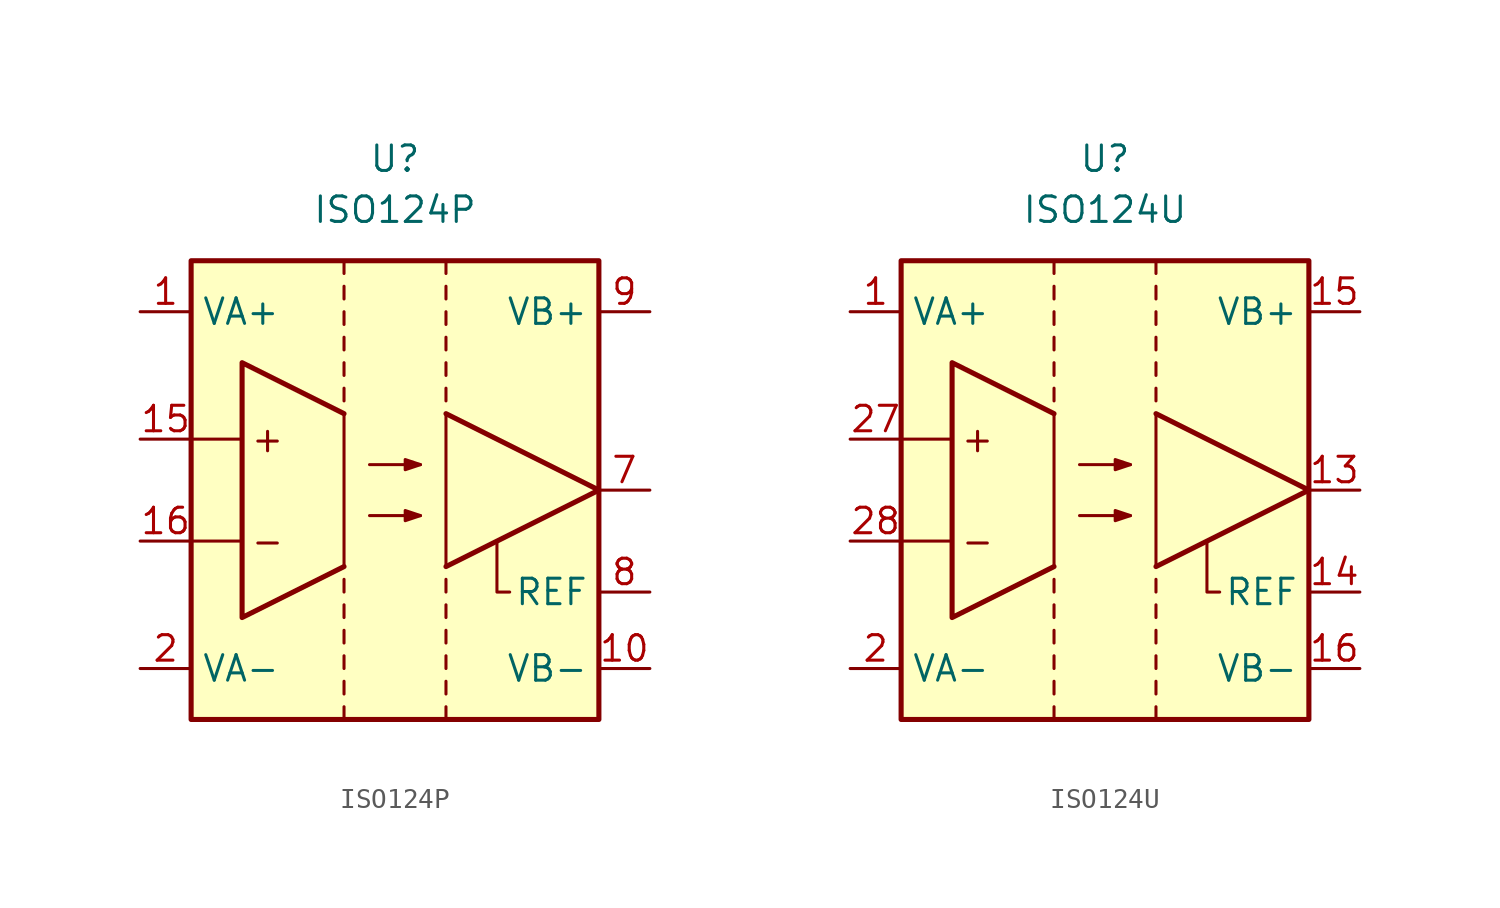
<source format=kicad_sym>
(kicad_symbol_lib
  (version 20211014)
  (generator kicad_symbol_editor)
  (symbol "ISO124P"
    (property "Reference" "U"
      (at 0 16.51 0)
      (effects (font (size 1.27 1.27))))
    (property "Value" "ISO124P"
      (at 0 13.97 0)
      (effects (font (size 1.27 1.27))))
    (symbol "ISO124P_0_0"
      (rectangle (start -10.16 11.43) (end 10.16 -11.43) (stroke (width 0.254) (type default) (color 0 0 0 0)) (fill (type background)))
      (polyline (pts (xy -10.16 -2.54) (xy -7.62 -2.54)) (stroke (width 0.152) (type default) (color 0 0 0 0)) (fill (type none)))
      (polyline (pts (xy -10.16 2.54) (xy -7.62 2.54)) (stroke (width 0.152) (type default) (color 0 0 0 0)) (fill (type none)))
      (text "+" (at -6.35 2.54 0) (effects (font (size 1.27 1.27))))
      (text "-" (at -6.35 -2.54 0) (effects (font (size 1.27 1.27)))))
    (symbol "ISO124P_0_1"
      (polyline (pts (xy -2.54 -11.43) (xy -2.54 -10.795)) (stroke (width 0.152) (type default) (color 0 0 0 0)) (fill (type none)))
      (polyline (pts (xy -2.54 -10.16) (xy -2.54 -9.525)) (stroke (width 0.152) (type default) (color 0 0 0 0)) (fill (type none)))
      (polyline (pts (xy -2.54 -8.255) (xy -2.54 -8.89)) (stroke (width 0.152) (type default) (color 0 0 0 0)) (fill (type none)))
      (polyline (pts (xy -2.54 -6.985) (xy -2.54 -7.62)) (stroke (width 0.152) (type default) (color 0 0 0 0)) (fill (type none)))
      (polyline (pts (xy -2.54 -5.715) (xy -2.54 -6.35)) (stroke (width 0.152) (type default) (color 0 0 0 0)) (fill (type none)))
      (polyline (pts (xy -2.54 -4.445) (xy -2.54 -5.08)) (stroke (width 0.152) (type default) (color 0 0 0 0)) (fill (type none)))
      (polyline (pts (xy -2.54 4.445) (xy -2.54 5.08)) (stroke (width 0.152) (type default) (color 0 0 0 0)) (fill (type none)))
      (polyline (pts (xy -2.54 5.715) (xy -2.54 6.35)) (stroke (width 0.152) (type default) (color 0 0 0 0)) (fill (type none)))
      (polyline (pts (xy -2.54 7.62) (xy -2.54 6.985)) (stroke (width 0.152) (type default) (color 0 0 0 0)) (fill (type none)))
      (polyline (pts (xy -2.54 8.89) (xy -2.54 8.255)) (stroke (width 0.152) (type default) (color 0 0 0 0)) (fill (type none)))
      (polyline (pts (xy -2.54 10.16) (xy -2.54 9.525)) (stroke (width 0.152) (type default) (color 0 0 0 0)) (fill (type none)))
      (polyline (pts (xy -2.54 11.43) (xy -2.54 10.795)) (stroke (width 0.152) (type default) (color 0 0 0 0)) (fill (type none)))
      (polyline (pts (xy 1.27 -1.27) (xy -1.27 -1.27)) (stroke (width 0.152) (type default) (color 0 0 0 0)) (fill (type none)))
      (polyline (pts (xy 1.27 1.27) (xy -1.27 1.27)) (stroke (width 0.152) (type default) (color 0 0 0 0)) (fill (type none)))
      (polyline (pts (xy 2.54 -11.43) (xy 2.54 -10.795)) (stroke (width 0.152) (type default) (color 0 0 0 0)) (fill (type none)))
      (polyline (pts (xy 2.54 -10.16) (xy 2.54 -9.525)) (stroke (width 0.152) (type default) (color 0 0 0 0)) (fill (type none)))
      (polyline (pts (xy 2.54 -8.255) (xy 2.54 -8.89)) (stroke (width 0.152) (type default) (color 0 0 0 0)) (fill (type none)))
      (polyline (pts (xy 2.54 -6.985) (xy 2.54 -7.62)) (stroke (width 0.152) (type default) (color 0 0 0 0)) (fill (type none)))
      (polyline (pts (xy 2.54 -5.715) (xy 2.54 -6.35)) (stroke (width 0.152) (type default) (color 0 0 0 0)) (fill (type none)))
      (polyline (pts (xy 2.54 -4.445) (xy 2.54 -5.08)) (stroke (width 0.152) (type default) (color 0 0 0 0)) (fill (type none)))
      (polyline (pts (xy 2.54 4.445) (xy 2.54 5.08)) (stroke (width 0.152) (type default) (color 0 0 0 0)) (fill (type none)))
      (polyline (pts (xy 2.54 5.715) (xy 2.54 6.35)) (stroke (width 0.152) (type default) (color 0 0 0 0)) (fill (type none)))
      (polyline (pts (xy 2.54 7.62) (xy 2.54 6.985)) (stroke (width 0.152) (type default) (color 0 0 0 0)) (fill (type none)))
      (polyline (pts (xy 2.54 8.89) (xy 2.54 8.255)) (stroke (width 0.152) (type default) (color 0 0 0 0)) (fill (type none)))
      (polyline (pts (xy 2.54 10.16) (xy 2.54 9.525)) (stroke (width 0.152) (type default) (color 0 0 0 0)) (fill (type none)))
      (polyline (pts (xy 2.54 11.43) (xy 2.54 10.795)) (stroke (width 0.152) (type default) (color 0 0 0 0)) (fill (type none)))
      (polyline (pts (xy 2.54 3.81) (xy 10.16 0) (xy 2.54 -3.81)) (stroke (width 0.254) (type default) (color 0 0 0 0)) (fill (type none)))
      (polyline (pts (xy 5.715 -5.08) (xy 5.08 -5.08) (xy 5.08 -2.54)) (stroke (width 0.152) (type default) (color 0 0 0 0)) (fill (type none)))
      (polyline (pts (xy -2.54 3.81) (xy -7.62 6.35) (xy -7.62 -6.35) (xy -2.54 -3.81)) (stroke (width 0.254) (type default) (color 0 0 0 0)) (fill (type none)))
      (polyline (pts (xy 1.27 -1.27) (xy 0.508 -1.016) (xy 0.508 -1.524) (xy 1.27 -1.27)) (stroke (width 0.152) (type default) (color 0 0 0 0)) (fill (type outline)))
      (polyline (pts (xy 1.27 1.27) (xy 0.508 1.524) (xy 0.508 1.016) (xy 1.27 1.27)) (stroke (width 0.152) (type default) (color 0 0 0 0)) (fill (type outline)))
      (polyline (pts (xy 2.54 3.81) (xy 2.54 -3.81) (xy 10.16 0) (xy 2.54 3.81)) (stroke (width 0.152) (type default) (color 0 0 0 0)) (fill (type none)))
      (polyline (pts (xy -2.54 3.81) (xy -7.62 6.35) (xy -7.62 -6.35) (xy -2.54 -3.81) (xy -2.54 3.81)) (stroke (width 0.152) (type default) (color 0 0 0 0)) (fill (type none))))
    (symbol "ISO124P_1_1"
      (pin power_in line (at -12.7 8.89 0) (length 2.54) (name "VA+" (effects (font (size 1.27 1.27)))) (number "1" (effects (font (size 1.27 1.27)))))
      (pin power_in line (at 12.7 -8.89 180) (length 2.54) (name "VB-" (effects (font (size 1.27 1.27)))) (number "10" (effects (font (size 1.27 1.27)))))
      (pin input line (at -12.7 2.54 0) (length 2.54) (name "~" (effects (font (size 1.27 1.27)))) (number "15" (effects (font (size 1.27 1.27)))))
      (pin input line (at -12.7 -2.54 0) (length 2.54) (name "~" (effects (font (size 1.27 1.27)))) (number "16" (effects (font (size 1.27 1.27)))))
      (pin power_in line (at -12.7 -8.89 0) (length 2.54) (name "VA-" (effects (font (size 1.27 1.27)))) (number "2" (effects (font (size 1.27 1.27)))))
      (pin output line (at 12.7 0 180) (length 2.54) (name "~" (effects (font (size 1.27 1.27)))) (number "7" (effects (font (size 1.27 1.27)))))
      (pin input line (at 12.7 -5.08 180) (length 2.54) (name "REF" (effects (font (size 1.27 1.27)))) (number "8" (effects (font (size 1.27 1.27)))))
      (pin power_in line (at 12.7 8.89 180) (length 2.54) (name "VB+" (effects (font (size 1.27 1.27)))) (number "9" (effects (font (size 1.27 1.27)))))))
  (symbol "ISO124U"
    (property "Reference" "U"
      (at 0 16.51 0)
      (effects (font (size 1.27 1.27))))
    (property "Value" "ISO124U"
      (at 0 13.97 0)
      (effects (font (size 1.27 1.27))))
    (symbol "ISO124U_0_0"
      (rectangle (start -10.16 11.43) (end 10.16 -11.43) (stroke (width 0.254) (type default) (color 0 0 0 0)) (fill (type background)))
      (polyline (pts (xy -10.16 -2.54) (xy -7.62 -2.54)) (stroke (width 0.152) (type default) (color 0 0 0 0)) (fill (type none)))
      (polyline (pts (xy -10.16 2.54) (xy -7.62 2.54)) (stroke (width 0.152) (type default) (color 0 0 0 0)) (fill (type none)))
      (text "+" (at -6.35 2.54 0) (effects (font (size 1.27 1.27))))
      (text "-" (at -6.35 -2.54 0) (effects (font (size 1.27 1.27)))))
    (symbol "ISO124U_0_1"
      (polyline (pts (xy -2.54 -11.43) (xy -2.54 -10.795)) (stroke (width 0.152) (type default) (color 0 0 0 0)) (fill (type none)))
      (polyline (pts (xy -2.54 -10.16) (xy -2.54 -9.525)) (stroke (width 0.152) (type default) (color 0 0 0 0)) (fill (type none)))
      (polyline (pts (xy -2.54 -8.255) (xy -2.54 -8.89)) (stroke (width 0.152) (type default) (color 0 0 0 0)) (fill (type none)))
      (polyline (pts (xy -2.54 -6.985) (xy -2.54 -7.62)) (stroke (width 0.152) (type default) (color 0 0 0 0)) (fill (type none)))
      (polyline (pts (xy -2.54 -5.715) (xy -2.54 -6.35)) (stroke (width 0.152) (type default) (color 0 0 0 0)) (fill (type none)))
      (polyline (pts (xy -2.54 -4.445) (xy -2.54 -5.08)) (stroke (width 0.152) (type default) (color 0 0 0 0)) (fill (type none)))
      (polyline (pts (xy -2.54 4.445) (xy -2.54 5.08)) (stroke (width 0.152) (type default) (color 0 0 0 0)) (fill (type none)))
      (polyline (pts (xy -2.54 5.715) (xy -2.54 6.35)) (stroke (width 0.152) (type default) (color 0 0 0 0)) (fill (type none)))
      (polyline (pts (xy -2.54 7.62) (xy -2.54 6.985)) (stroke (width 0.152) (type default) (color 0 0 0 0)) (fill (type none)))
      (polyline (pts (xy -2.54 8.89) (xy -2.54 8.255)) (stroke (width 0.152) (type default) (color 0 0 0 0)) (fill (type none)))
      (polyline (pts (xy -2.54 10.16) (xy -2.54 9.525)) (stroke (width 0.152) (type default) (color 0 0 0 0)) (fill (type none)))
      (polyline (pts (xy -2.54 11.43) (xy -2.54 10.795)) (stroke (width 0.152) (type default) (color 0 0 0 0)) (fill (type none)))
      (polyline (pts (xy 1.27 -1.27) (xy -1.27 -1.27)) (stroke (width 0.152) (type default) (color 0 0 0 0)) (fill (type none)))
      (polyline (pts (xy 1.27 1.27) (xy -1.27 1.27)) (stroke (width 0.152) (type default) (color 0 0 0 0)) (fill (type none)))
      (polyline (pts (xy 2.54 -11.43) (xy 2.54 -10.795)) (stroke (width 0.152) (type default) (color 0 0 0 0)) (fill (type none)))
      (polyline (pts (xy 2.54 -10.16) (xy 2.54 -9.525)) (stroke (width 0.152) (type default) (color 0 0 0 0)) (fill (type none)))
      (polyline (pts (xy 2.54 -8.255) (xy 2.54 -8.89)) (stroke (width 0.152) (type default) (color 0 0 0 0)) (fill (type none)))
      (polyline (pts (xy 2.54 -6.985) (xy 2.54 -7.62)) (stroke (width 0.152) (type default) (color 0 0 0 0)) (fill (type none)))
      (polyline (pts (xy 2.54 -5.715) (xy 2.54 -6.35)) (stroke (width 0.152) (type default) (color 0 0 0 0)) (fill (type none)))
      (polyline (pts (xy 2.54 -4.445) (xy 2.54 -5.08)) (stroke (width 0.152) (type default) (color 0 0 0 0)) (fill (type none)))
      (polyline (pts (xy 2.54 4.445) (xy 2.54 5.08)) (stroke (width 0.152) (type default) (color 0 0 0 0)) (fill (type none)))
      (polyline (pts (xy 2.54 5.715) (xy 2.54 6.35)) (stroke (width 0.152) (type default) (color 0 0 0 0)) (fill (type none)))
      (polyline (pts (xy 2.54 7.62) (xy 2.54 6.985)) (stroke (width 0.152) (type default) (color 0 0 0 0)) (fill (type none)))
      (polyline (pts (xy 2.54 8.89) (xy 2.54 8.255)) (stroke (width 0.152) (type default) (color 0 0 0 0)) (fill (type none)))
      (polyline (pts (xy 2.54 10.16) (xy 2.54 9.525)) (stroke (width 0.152) (type default) (color 0 0 0 0)) (fill (type none)))
      (polyline (pts (xy 2.54 11.43) (xy 2.54 10.795)) (stroke (width 0.152) (type default) (color 0 0 0 0)) (fill (type none)))
      (polyline (pts (xy 2.54 3.81) (xy 10.16 0) (xy 2.54 -3.81)) (stroke (width 0.254) (type default) (color 0 0 0 0)) (fill (type none)))
      (polyline (pts (xy 5.715 -5.08) (xy 5.08 -5.08) (xy 5.08 -2.54)) (stroke (width 0.152) (type default) (color 0 0 0 0)) (fill (type none)))
      (polyline (pts (xy -2.54 3.81) (xy -7.62 6.35) (xy -7.62 -6.35) (xy -2.54 -3.81)) (stroke (width 0.254) (type default) (color 0 0 0 0)) (fill (type none)))
      (polyline (pts (xy 1.27 -1.27) (xy 0.508 -1.016) (xy 0.508 -1.524) (xy 1.27 -1.27)) (stroke (width 0.152) (type default) (color 0 0 0 0)) (fill (type outline)))
      (polyline (pts (xy 1.27 1.27) (xy 0.508 1.524) (xy 0.508 1.016) (xy 1.27 1.27)) (stroke (width 0.152) (type default) (color 0 0 0 0)) (fill (type outline)))
      (polyline (pts (xy 2.54 3.81) (xy 2.54 -3.81) (xy 10.16 0) (xy 2.54 3.81)) (stroke (width 0.152) (type default) (color 0 0 0 0)) (fill (type none)))
      (polyline (pts (xy -2.54 3.81) (xy -7.62 6.35) (xy -7.62 -6.35) (xy -2.54 -3.81) (xy -2.54 3.81)) (stroke (width 0.152) (type default) (color 0 0 0 0)) (fill (type none))))
    (symbol "ISO124U_1_1"
      (pin power_in line (at -12.7 8.89 0) (length 2.54) (name "VA+" (effects (font (size 1.27 1.27)))) (number "1" (effects (font (size 1.27 1.27)))))
      (pin output line (at 12.7 0 180) (length 2.54) (name "~" (effects (font (size 1.27 1.27)))) (number "13" (effects (font (size 1.27 1.27)))))
      (pin input line (at 12.7 -5.08 180) (length 2.54) (name "REF" (effects (font (size 1.27 1.27)))) (number "14" (effects (font (size 1.27 1.27)))))
      (pin power_in line (at 12.7 8.89 180) (length 2.54) (name "VB+" (effects (font (size 1.27 1.27)))) (number "15" (effects (font (size 1.27 1.27)))))
      (pin power_in line (at 12.7 -8.89 180) (length 2.54) (name "VB-" (effects (font (size 1.27 1.27)))) (number "16" (effects (font (size 1.27 1.27)))))
      (pin power_in line (at -12.7 -8.89 0) (length 2.54) (name "VA-" (effects (font (size 1.27 1.27)))) (number "2" (effects (font (size 1.27 1.27)))))
      (pin input line (at -12.7 2.54 0) (length 2.54) (name "~" (effects (font (size 1.27 1.27)))) (number "27" (effects (font (size 1.27 1.27)))))
      (pin input line (at -12.7 -2.54 0) (length 2.54) (name "~" (effects (font (size 1.27 1.27)))) (number "28" (effects (font (size 1.27 1.27))))))))
</source>
